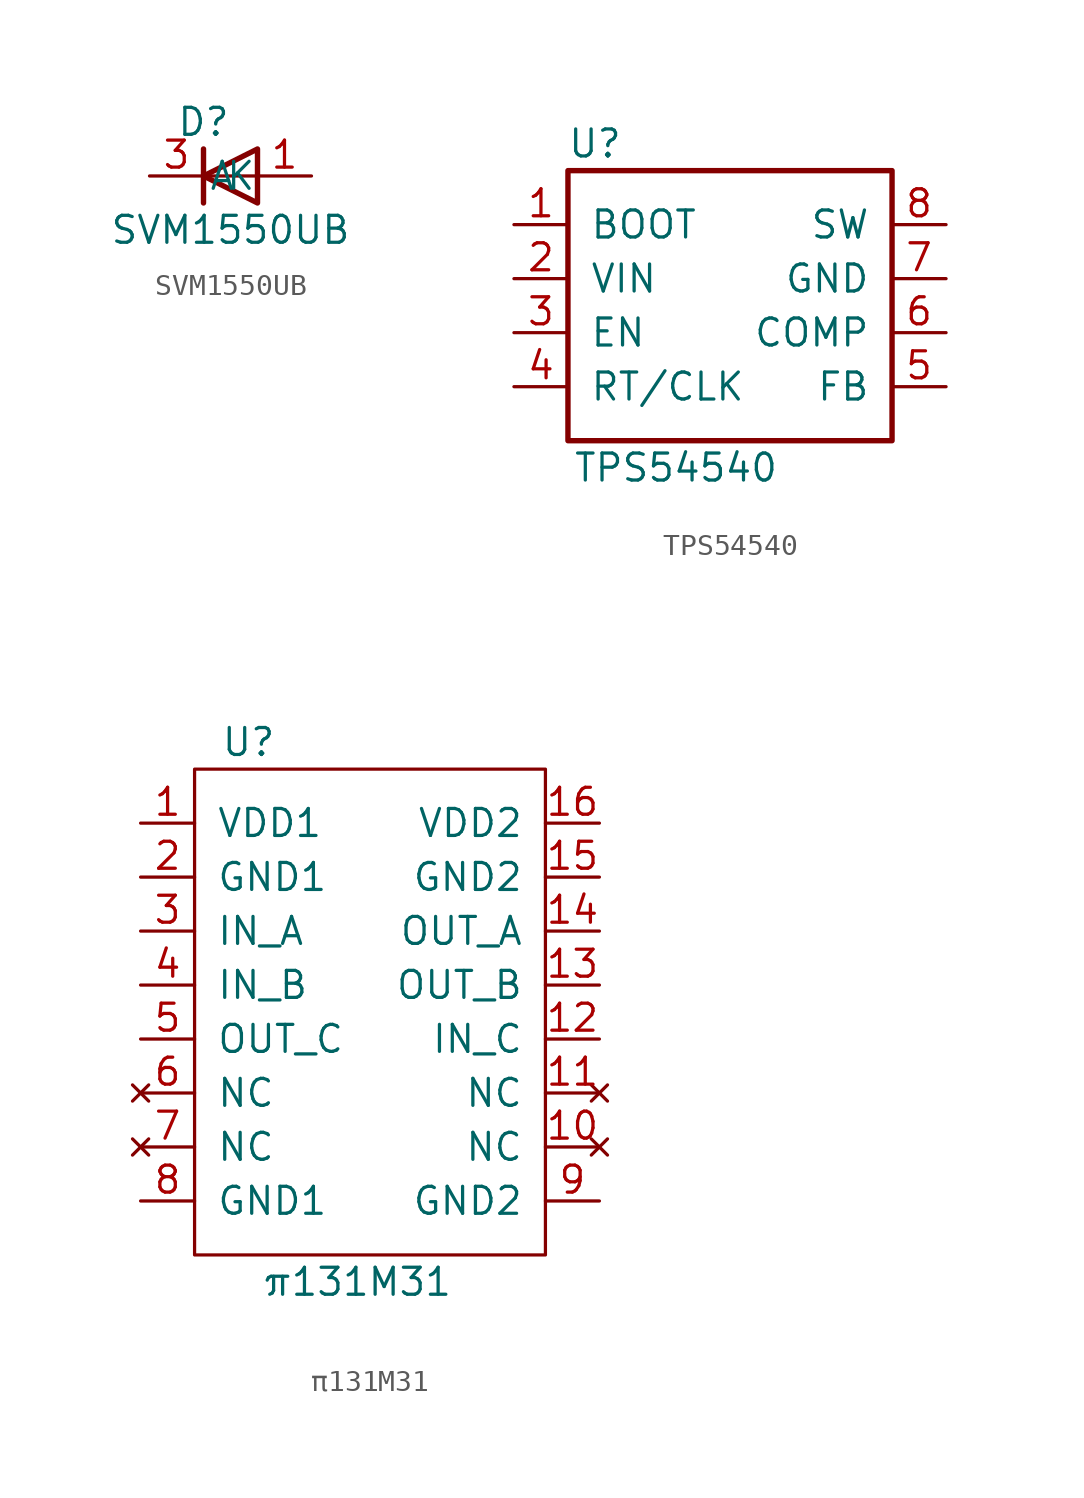
<source format=kicad_sym>
(kicad_symbol_lib
  (version 20211014)
  (generator kicad_symbol_editor)
  (symbol "SVM1550UB"
    (pin_names
      (offset 1.016))
    (property "Reference" "D"
      (at 2.54 3.81 0)
      (effects (font (size 1.27 1.27))))
    (property "Value" "SVM1550UB"
      (at 3.81 -1.27 0)
      (effects (font (size 1.27 1.27))))
    (symbol "SVM1550UB_1_1"
      (polyline (pts (xy 2.54 2.54) (xy 2.54 0)) (stroke (width 0.254) (type default) (color 0 0 0 0)) (fill (type none)))
      (polyline (pts (xy 5.08 1.27) (xy 2.54 1.27)) (stroke (width 0) (type default) (color 0 0 0 0)) (fill (type none)))
      (polyline (pts (xy 5.08 2.54) (xy 5.08 0) (xy 2.54 1.27) (xy 5.08 2.54)) (stroke (width 0.254) (type default) (color 0 0 0 0)) (fill (type none)))
      (pin passive line (at 7.62 1.27 180) (length 2.54) (name "A" (effects (font (size 1.27 1.27)))) (number "1" (effects (font (size 1.27 1.27)))))
      (pin passive line (at 7.62 1.27 180) (length 2.54) hide (name "A" (effects (font (size 1.27 1.27)))) (number "2" (effects (font (size 1.27 1.27)))))
      (pin passive line (at 0 1.27 0) (length 2.54) (name "K" (effects (font (size 1.27 1.27)))) (number "3" (effects (font (size 1.27 1.27)))))))
  (symbol "TPS54540"
    (pin_names
      (offset 1.016))
    (property "Reference" "U"
      (at 1.27 13.97 0)
      (effects (font (size 1.27 1.27))))
    (property "Value" "TPS54540"
      (at 5.08 -1.27 0)
      (effects (font (size 1.27 1.27))))
    (symbol "TPS54540_0_1"
      (rectangle (start 0 12.7) (end 15.24 0) (stroke (width 0.254) (type default) (color 0 0 0 0)) (fill (type none))))
    (symbol "TPS54540_1_1"
      (pin input line (at -2.54 10.16 0) (length 2.54) (name "BOOT" (effects (font (size 1.27 1.27)))) (number "1" (effects (font (size 1.27 1.27)))))
      (pin power_in line (at -2.54 7.62 0) (length 2.54) (name "VIN" (effects (font (size 1.27 1.27)))) (number "2" (effects (font (size 1.27 1.27)))))
      (pin input line (at -2.54 5.08 0) (length 2.54) (name "EN" (effects (font (size 1.27 1.27)))) (number "3" (effects (font (size 1.27 1.27)))))
      (pin output line (at -2.54 2.54 0) (length 2.54) (name "RT/CLK" (effects (font (size 1.27 1.27)))) (number "4" (effects (font (size 1.27 1.27)))))
      (pin input line (at 17.78 2.54 180) (length 2.54) (name "FB" (effects (font (size 1.27 1.27)))) (number "5" (effects (font (size 1.27 1.27)))))
      (pin output line (at 17.78 5.08 180) (length 2.54) (name "COMP" (effects (font (size 1.27 1.27)))) (number "6" (effects (font (size 1.27 1.27)))))
      (pin input line (at 17.78 7.62 180) (length 2.54) (name "GND" (effects (font (size 1.27 1.27)))) (number "7" (effects (font (size 1.27 1.27)))))
      (pin output line (at 17.78 10.16 180) (length 2.54) (name "SW" (effects (font (size 1.27 1.27)))) (number "8" (effects (font (size 1.27 1.27)))))
      (pin power_in line (at 17.78 7.62 180) (length 2.54) hide (name "EP" (effects (font (size 1.27 1.27)))) (number "9" (effects (font (size 1.27 1.27)))))))
  (symbol "π131M31"
    (pin_names
      (offset 1.016))
    (property "Reference" "U"
      (at 2.54 24.13 0)
      (effects (font (size 1.27 1.27))))
    (property "Value" "π131M31"
      (at 7.62 -1.27 0)
      (effects (font (size 1.27 1.27))))
    (symbol "π131M31_0_1"
      (rectangle (start 0 22.86) (end 16.51 0) (stroke (width 0) (type default) (color 0 0 0 0)) (fill (type none))))
    (symbol "π131M31_1_1"
      (pin power_in line (at -2.54 20.32 0) (length 2.54) (name "VDD1" (effects (font (size 1.27 1.27)))) (number "1" (effects (font (size 1.27 1.27)))))
      (pin no_connect line (at 19.05 5.08 180) (length 2.54) (name "NC" (effects (font (size 1.27 1.27)))) (number "10" (effects (font (size 1.27 1.27)))))
      (pin no_connect line (at 19.05 7.62 180) (length 2.54) (name "NC" (effects (font (size 1.27 1.27)))) (number "11" (effects (font (size 1.27 1.27)))))
      (pin input line (at 19.05 10.16 180) (length 2.54) (name "IN_C" (effects (font (size 1.27 1.27)))) (number "12" (effects (font (size 1.27 1.27)))))
      (pin output line (at 19.05 12.7 180) (length 2.54) (name "OUT_B" (effects (font (size 1.27 1.27)))) (number "13" (effects (font (size 1.27 1.27)))))
      (pin output line (at 19.05 15.24 180) (length 2.54) (name "OUT_A" (effects (font (size 1.27 1.27)))) (number "14" (effects (font (size 1.27 1.27)))))
      (pin power_in line (at 19.05 17.78 180) (length 2.54) (name "GND2" (effects (font (size 1.27 1.27)))) (number "15" (effects (font (size 1.27 1.27)))))
      (pin power_in line (at 19.05 20.32 180) (length 2.54) (name "VDD2" (effects (font (size 1.27 1.27)))) (number "16" (effects (font (size 1.27 1.27)))))
      (pin power_in line (at -2.54 17.78 0) (length 2.54) (name "GND1" (effects (font (size 1.27 1.27)))) (number "2" (effects (font (size 1.27 1.27)))))
      (pin input line (at -2.54 15.24 0) (length 2.54) (name "IN_A" (effects (font (size 1.27 1.27)))) (number "3" (effects (font (size 1.27 1.27)))))
      (pin input line (at -2.54 12.7 0) (length 2.54) (name "IN_B" (effects (font (size 1.27 1.27)))) (number "4" (effects (font (size 1.27 1.27)))))
      (pin output line (at -2.54 10.16 0) (length 2.54) (name "OUT_C" (effects (font (size 1.27 1.27)))) (number "5" (effects (font (size 1.27 1.27)))))
      (pin no_connect line (at -2.54 7.62 0) (length 2.54) (name "NC" (effects (font (size 1.27 1.27)))) (number "6" (effects (font (size 1.27 1.27)))))
      (pin no_connect line (at -2.54 5.08 0) (length 2.54) (name "NC" (effects (font (size 1.27 1.27)))) (number "7" (effects (font (size 1.27 1.27)))))
      (pin power_in line (at -2.54 2.54 0) (length 2.54) (name "GND1" (effects (font (size 1.27 1.27)))) (number "8" (effects (font (size 1.27 1.27)))))
      (pin power_in line (at 19.05 2.54 180) (length 2.54) (name "GND2" (effects (font (size 1.27 1.27)))) (number "9" (effects (font (size 1.27 1.27))))))))
</source>
